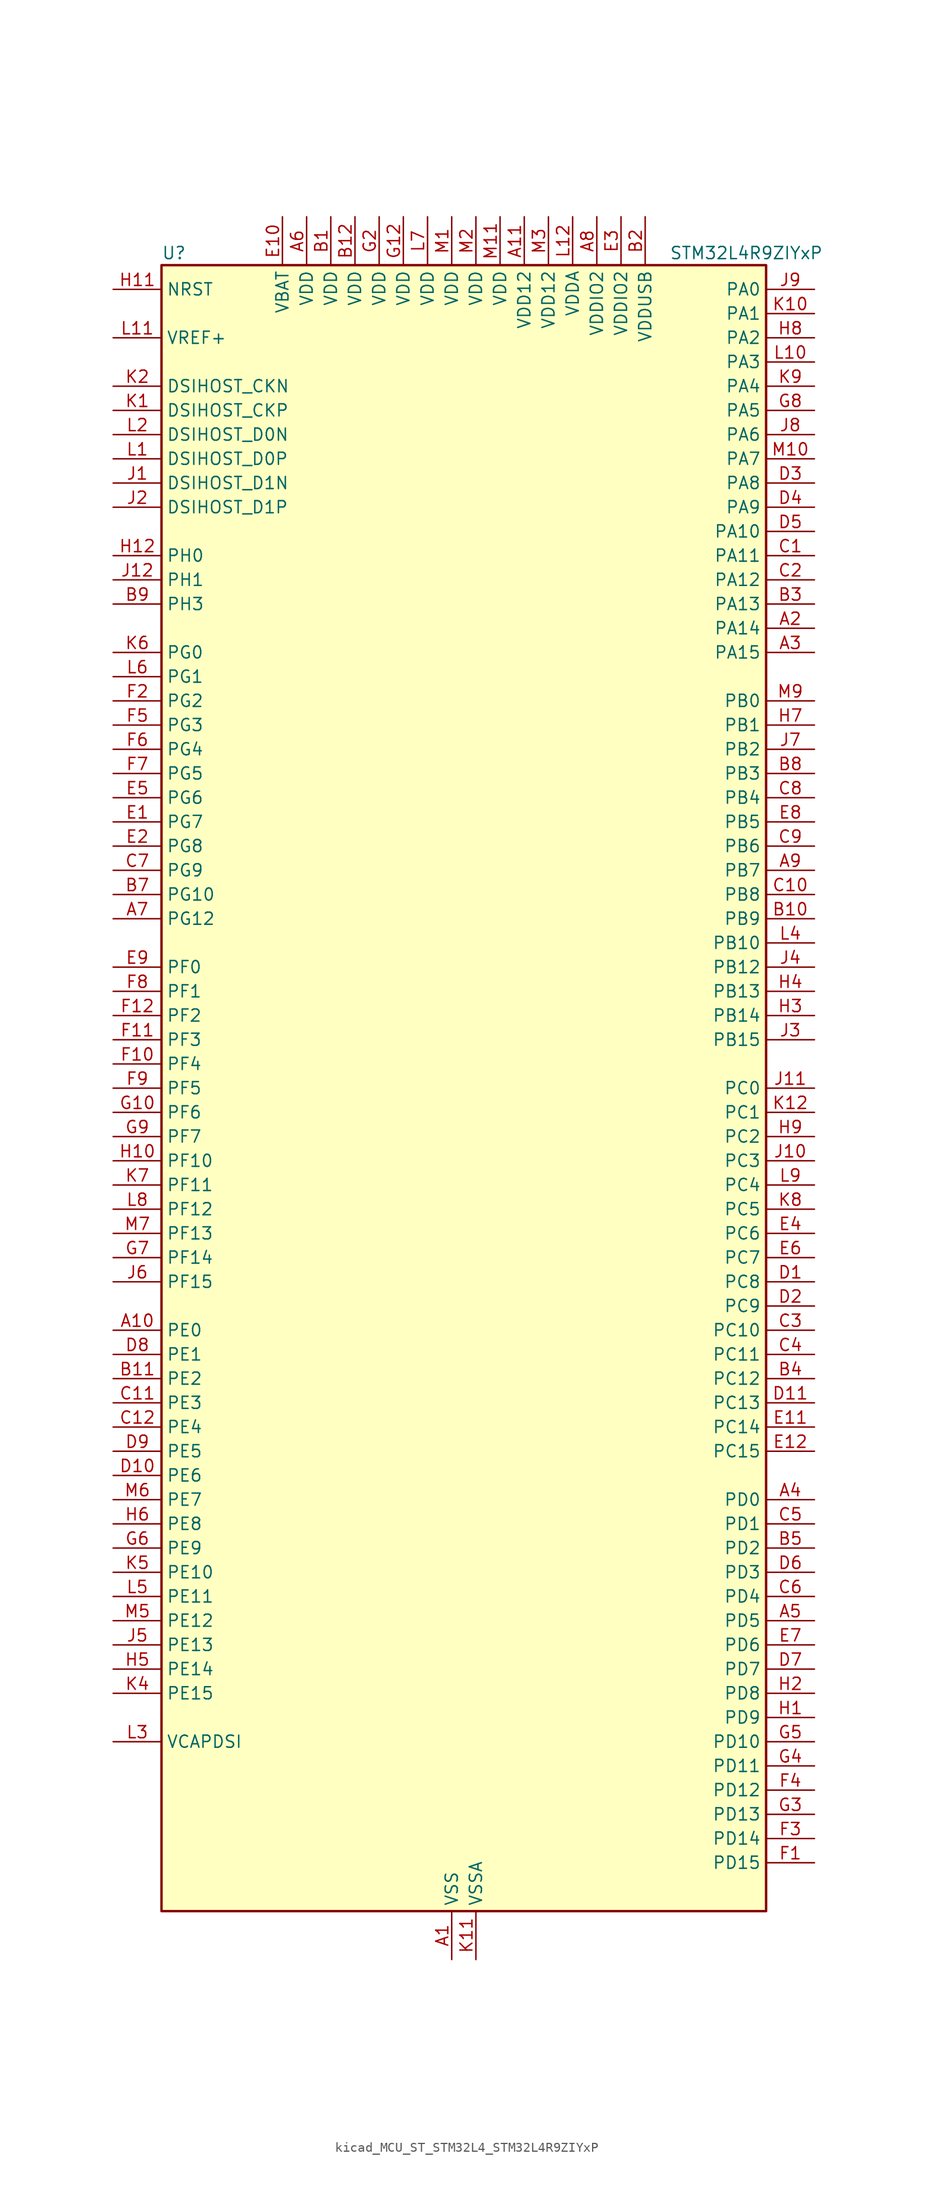
<source format=kicad_sym>
(kicad_symbol_lib
  (version 20220914)
  (generator kicad_symbol_editor)
  (symbol "kicad_MCU_ST_STM32L4_STM32L4R9ZIYxP"
    (property "Reference" "U"
      (at -30.48 87.63 0)
      (effects (font (size 1.27 1.27)) (justify left)))
    (property "Value" "STM32L4R9ZIYxP"
      (at 22.86 87.63 0)
      (effects (font (size 1.27 1.27)) (justify left)))
    (property "ki_locked" ""
      (at 0 0 0)
      (effects (font (size 1.27 1.27))))
    (symbol "kicad_MCU_ST_STM32L4_STM32L4R9ZIYxP_0_1"
      (rectangle (start -30.48 -86.36) (end 33.02 86.36) (stroke (width 0.254) (type default)) (fill (type background))))
    (symbol "kicad_MCU_ST_STM32L4_STM32L4R9ZIYxP_1_1"
      (pin power_in line (at 0 -91.44 90) (length 5.08) (name "VSS" (effects (font (size 1.27 1.27)))) (number "A1" (effects (font (size 1.27 1.27)))))
      (pin bidirectional line (at -35.56 -25.4 0) (length 5.08) (name "PE0" (effects (font (size 1.27 1.27)))) (number "A10" (effects (font (size 1.27 1.27)))) (alternate "DCMI_D2" bidirectional line) (alternate "FMC_NBL0" bidirectional line) (alternate "LTDC_HSYNC" bidirectional line) (alternate "TIM16_CH1" bidirectional line) (alternate "TIM4_ETR" bidirectional line))
      (pin power_in line (at 7.62 91.44 270) (length 5.08) (name "VDD12" (effects (font (size 1.27 1.27)))) (number "A11" (effects (font (size 1.27 1.27)))))
      (pin passive line (at 0 -91.44 90) (length 5.08) hide (name "VSS" (effects (font (size 1.27 1.27)))) (number "A12" (effects (font (size 1.27 1.27)))))
      (pin bidirectional line (at 38.1 48.26 180) (length 5.08) (name "PA14" (effects (font (size 1.27 1.27)))) (number "A2" (effects (font (size 1.27 1.27)))) (alternate "I2C1_SMBA" bidirectional line) (alternate "I2C4_SMBA" bidirectional line) (alternate "LPTIM1_OUT" bidirectional line) (alternate "SAI1_FS_B" bidirectional line) (alternate "SYS_JTCK-SWCLK" bidirectional line) (alternate "USB_OTG_FS_SOF" bidirectional line))
      (pin bidirectional line (at 38.1 45.72 180) (length 5.08) (name "PA15" (effects (font (size 1.27 1.27)))) (number "A3" (effects (font (size 1.27 1.27)))) (alternate "ADC1_EXTI15" bidirectional line) (alternate "SAI2_FS_B" bidirectional line) (alternate "SPI1_NSS" bidirectional line) (alternate "SPI3_NSS" bidirectional line) (alternate "SYS_JTDI" bidirectional line) (alternate "TIM2_CH1" bidirectional line) (alternate "TIM2_ETR" bidirectional line) (alternate "TSC_G3_IO1" bidirectional line) (alternate "UART4_DE" bidirectional line) (alternate "UART4_RTS" bidirectional line) (alternate "USART2_RX" bidirectional line) (alternate "USART3_DE" bidirectional line) (alternate "USART3_RTS" bidirectional line))
      (pin bidirectional line (at 38.1 -43.18 180) (length 5.08) (name "PD0" (effects (font (size 1.27 1.27)))) (number "A4" (effects (font (size 1.27 1.27)))) (alternate "CAN1_RX" bidirectional line) (alternate "DFSDM1_DATIN7" bidirectional line) (alternate "FMC_D2" bidirectional line) (alternate "FMC_DA2" bidirectional line) (alternate "LTDC_B4" bidirectional line) (alternate "SPI2_NSS" bidirectional line))
      (pin bidirectional line (at 38.1 -55.88 180) (length 5.08) (name "PD5" (effects (font (size 1.27 1.27)))) (number "A5" (effects (font (size 1.27 1.27)))) (alternate "FMC_NWE" bidirectional line) (alternate "OCTOSPIM_P1_IO5" bidirectional line) (alternate "USART2_TX" bidirectional line))
      (pin power_in line (at -15.24 91.44 270) (length 5.08) (name "VDD" (effects (font (size 1.27 1.27)))) (number "A6" (effects (font (size 1.27 1.27)))))
      (pin bidirectional line (at -35.56 17.78 0) (length 5.08) (name "PG12" (effects (font (size 1.27 1.27)))) (number "A7" (effects (font (size 1.27 1.27)))) (alternate "FMC_NE4" bidirectional line) (alternate "LPTIM1_ETR" bidirectional line) (alternate "OCTOSPIM_P2_NCS" bidirectional line) (alternate "SAI2_SD_A" bidirectional line) (alternate "SPI3_NSS" bidirectional line) (alternate "USART1_DE" bidirectional line) (alternate "USART1_RTS" bidirectional line))
      (pin power_in line (at 15.24 91.44 270) (length 5.08) (name "VDDIO2" (effects (font (size 1.27 1.27)))) (number "A8" (effects (font (size 1.27 1.27)))))
      (pin bidirectional line (at 38.1 22.86 180) (length 5.08) (name "PB7" (effects (font (size 1.27 1.27)))) (number "A9" (effects (font (size 1.27 1.27)))) (alternate "COMP2_INM" bidirectional line) (alternate "DCMI_VSYNC" bidirectional line) (alternate "DFSDM1_CKIN5" bidirectional line) (alternate "DSIHOST_TE" bidirectional line) (alternate "FMC_NL" bidirectional line) (alternate "I2C1_SDA" bidirectional line) (alternate "I2C4_SDA" bidirectional line) (alternate "LPTIM1_IN2" bidirectional line) (alternate "SYS_PVD_IN" bidirectional line) (alternate "TIM17_CH1N" bidirectional line) (alternate "TIM4_CH2" bidirectional line) (alternate "TIM8_BKIN" bidirectional line) (alternate "TSC_G2_IO4" bidirectional line) (alternate "UART4_CTS" bidirectional line) (alternate "USART1_RX" bidirectional line))
      (pin power_in line (at -12.7 91.44 270) (length 5.08) (name "VDD" (effects (font (size 1.27 1.27)))) (number "B1" (effects (font (size 1.27 1.27)))))
      (pin bidirectional line (at 38.1 17.78 180) (length 5.08) (name "PB9" (effects (font (size 1.27 1.27)))) (number "B10" (effects (font (size 1.27 1.27)))) (alternate "CAN1_TX" bidirectional line) (alternate "DAC1_EXTI9" bidirectional line) (alternate "DCMI_D7" bidirectional line) (alternate "DFSDM1_CKIN6" bidirectional line) (alternate "I2C1_SDA" bidirectional line) (alternate "IR_OUT" bidirectional line) (alternate "SAI1_D2" bidirectional line) (alternate "SAI1_FS_A" bidirectional line) (alternate "SDMMC1_CDIR" bidirectional line) (alternate "SDMMC1_D5" bidirectional line) (alternate "SPI2_NSS" bidirectional line) (alternate "TIM17_CH1" bidirectional line) (alternate "TIM4_CH4" bidirectional line))
      (pin bidirectional line (at -35.56 -30.48 0) (length 5.08) (name "PE2" (effects (font (size 1.27 1.27)))) (number "B11" (effects (font (size 1.27 1.27)))) (alternate "FMC_A23" bidirectional line) (alternate "LTDC_R0" bidirectional line) (alternate "SAI1_CK1" bidirectional line) (alternate "SAI1_MCLK_A" bidirectional line) (alternate "SYS_TRACECLK" bidirectional line) (alternate "TIM3_ETR" bidirectional line) (alternate "TSC_G7_IO1" bidirectional line))
      (pin power_in line (at -10.16 91.44 270) (length 5.08) (name "VDD" (effects (font (size 1.27 1.27)))) (number "B12" (effects (font (size 1.27 1.27)))))
      (pin power_in line (at 20.32 91.44 270) (length 5.08) (name "VDDUSB" (effects (font (size 1.27 1.27)))) (number "B2" (effects (font (size 1.27 1.27)))))
      (pin bidirectional line (at 38.1 50.8 180) (length 5.08) (name "PA13" (effects (font (size 1.27 1.27)))) (number "B3" (effects (font (size 1.27 1.27)))) (alternate "IR_OUT" bidirectional line) (alternate "SAI1_SD_B" bidirectional line) (alternate "SYS_JTMS-SWDIO" bidirectional line) (alternate "USB_OTG_FS_NOE" bidirectional line))
      (pin bidirectional line (at 38.1 -30.48 180) (length 5.08) (name "PC12" (effects (font (size 1.27 1.27)))) (number "B4" (effects (font (size 1.27 1.27)))) (alternate "DCMI_D9" bidirectional line) (alternate "SAI2_SD_B" bidirectional line) (alternate "SDMMC1_CK" bidirectional line) (alternate "SPI3_MOSI" bidirectional line) (alternate "SYS_TRACED3" bidirectional line) (alternate "TSC_G3_IO4" bidirectional line) (alternate "UART5_TX" bidirectional line) (alternate "USART3_CK" bidirectional line))
      (pin bidirectional line (at 38.1 -48.26 180) (length 5.08) (name "PD2" (effects (font (size 1.27 1.27)))) (number "B5" (effects (font (size 1.27 1.27)))) (alternate "DCMI_D11" bidirectional line) (alternate "SDMMC1_CMD" bidirectional line) (alternate "SYS_TRACED2" bidirectional line) (alternate "TIM3_ETR" bidirectional line) (alternate "TSC_SYNC" bidirectional line) (alternate "UART5_RX" bidirectional line) (alternate "USART3_DE" bidirectional line) (alternate "USART3_RTS" bidirectional line))
      (pin passive line (at 0 -91.44 90) (length 5.08) hide (name "VSS" (effects (font (size 1.27 1.27)))) (number "B6" (effects (font (size 1.27 1.27)))))
      (pin bidirectional line (at -35.56 20.32 0) (length 5.08) (name "PG10" (effects (font (size 1.27 1.27)))) (number "B7" (effects (font (size 1.27 1.27)))) (alternate "FMC_NE3" bidirectional line) (alternate "LPTIM1_IN1" bidirectional line) (alternate "OCTOSPIM_P2_IO7" bidirectional line) (alternate "SAI2_FS_A" bidirectional line) (alternate "SPI3_MISO" bidirectional line) (alternate "TIM15_CH1" bidirectional line) (alternate "USART1_RX" bidirectional line))
      (pin bidirectional line (at 38.1 33.02 180) (length 5.08) (name "PB3" (effects (font (size 1.27 1.27)))) (number "B8" (effects (font (size 1.27 1.27)))) (alternate "COMP2_INM" bidirectional line) (alternate "CRS_SYNC" bidirectional line) (alternate "SAI1_SCK_B" bidirectional line) (alternate "SPI1_SCK" bidirectional line) (alternate "SPI3_SCK" bidirectional line) (alternate "SYS_JTDO-SWO" bidirectional line) (alternate "TIM2_CH2" bidirectional line) (alternate "USART1_DE" bidirectional line) (alternate "USART1_RTS" bidirectional line))
      (pin bidirectional line (at -35.56 50.8 0) (length 5.08) (name "PH3" (effects (font (size 1.27 1.27)))) (number "B9" (effects (font (size 1.27 1.27)))))
      (pin bidirectional line (at 38.1 55.88 180) (length 5.08) (name "PA11" (effects (font (size 1.27 1.27)))) (number "C1" (effects (font (size 1.27 1.27)))) (alternate "ADC1_EXTI11" bidirectional line) (alternate "CAN1_RX" bidirectional line) (alternate "SPI1_MISO" bidirectional line) (alternate "TIM1_BKIN2" bidirectional line) (alternate "TIM1_CH4" bidirectional line) (alternate "USART1_CTS" bidirectional line) (alternate "USART1_NSS" bidirectional line) (alternate "USB_OTG_FS_DM" bidirectional line))
      (pin bidirectional line (at 38.1 20.32 180) (length 5.08) (name "PB8" (effects (font (size 1.27 1.27)))) (number "C10" (effects (font (size 1.27 1.27)))) (alternate "CAN1_RX" bidirectional line) (alternate "DCMI_D6" bidirectional line) (alternate "DFSDM1_CKOUT" bidirectional line) (alternate "DFSDM1_DATIN6" bidirectional line) (alternate "I2C1_SCL" bidirectional line) (alternate "LTDC_B1" bidirectional line) (alternate "SAI1_CK1" bidirectional line) (alternate "SAI1_MCLK_A" bidirectional line) (alternate "SDMMC1_CKIN" bidirectional line) (alternate "SDMMC1_D4" bidirectional line) (alternate "TIM16_CH1" bidirectional line) (alternate "TIM4_CH3" bidirectional line))
      (pin bidirectional line (at -35.56 -33.02 0) (length 5.08) (name "PE3" (effects (font (size 1.27 1.27)))) (number "C11" (effects (font (size 1.27 1.27)))) (alternate "FMC_A19" bidirectional line) (alternate "LTDC_R1" bidirectional line) (alternate "OCTOSPIM_P1_DQS" bidirectional line) (alternate "SAI1_SD_B" bidirectional line) (alternate "SYS_TRACED0" bidirectional line) (alternate "TIM3_CH1" bidirectional line) (alternate "TSC_G7_IO2" bidirectional line))
      (pin bidirectional line (at -35.56 -35.56 0) (length 5.08) (name "PE4" (effects (font (size 1.27 1.27)))) (number "C12" (effects (font (size 1.27 1.27)))) (alternate "DCMI_D4" bidirectional line) (alternate "DFSDM1_DATIN3" bidirectional line) (alternate "FMC_A20" bidirectional line) (alternate "LTDC_B0" bidirectional line) (alternate "SAI1_D2" bidirectional line) (alternate "SAI1_FS_A" bidirectional line) (alternate "SYS_TRACED1" bidirectional line) (alternate "TIM3_CH2" bidirectional line) (alternate "TSC_G7_IO3" bidirectional line))
      (pin bidirectional line (at 38.1 53.34 180) (length 5.08) (name "PA12" (effects (font (size 1.27 1.27)))) (number "C2" (effects (font (size 1.27 1.27)))) (alternate "CAN1_TX" bidirectional line) (alternate "SPI1_MOSI" bidirectional line) (alternate "TIM1_ETR" bidirectional line) (alternate "USART1_DE" bidirectional line) (alternate "USART1_RTS" bidirectional line) (alternate "USB_OTG_FS_DP" bidirectional line))
      (pin bidirectional line (at 38.1 -25.4 180) (length 5.08) (name "PC10" (effects (font (size 1.27 1.27)))) (number "C3" (effects (font (size 1.27 1.27)))) (alternate "DCMI_D8" bidirectional line) (alternate "SAI2_SCK_B" bidirectional line) (alternate "SDMMC1_D2" bidirectional line) (alternate "SPI3_SCK" bidirectional line) (alternate "SYS_TRACED1" bidirectional line) (alternate "TSC_G3_IO2" bidirectional line) (alternate "UART4_TX" bidirectional line) (alternate "USART3_TX" bidirectional line))
      (pin bidirectional line (at 38.1 -27.94 180) (length 5.08) (name "PC11" (effects (font (size 1.27 1.27)))) (number "C4" (effects (font (size 1.27 1.27)))) (alternate "ADC1_EXTI11" bidirectional line) (alternate "DCMI_D2" bidirectional line) (alternate "DCMI_D4" bidirectional line) (alternate "OCTOSPIM_P1_NCS" bidirectional line) (alternate "SAI2_MCLK_B" bidirectional line) (alternate "SDMMC1_D3" bidirectional line) (alternate "SPI3_MISO" bidirectional line) (alternate "TSC_G3_IO3" bidirectional line) (alternate "UART4_RX" bidirectional line) (alternate "USART3_RX" bidirectional line))
      (pin bidirectional line (at 38.1 -45.72 180) (length 5.08) (name "PD1" (effects (font (size 1.27 1.27)))) (number "C5" (effects (font (size 1.27 1.27)))) (alternate "CAN1_TX" bidirectional line) (alternate "DFSDM1_CKIN7" bidirectional line) (alternate "FMC_D3" bidirectional line) (alternate "FMC_DA3" bidirectional line) (alternate "LTDC_B5" bidirectional line) (alternate "SPI2_SCK" bidirectional line))
      (pin bidirectional line (at 38.1 -53.34 180) (length 5.08) (name "PD4" (effects (font (size 1.27 1.27)))) (number "C6" (effects (font (size 1.27 1.27)))) (alternate "DFSDM1_CKIN0" bidirectional line) (alternate "FMC_NOE" bidirectional line) (alternate "OCTOSPIM_P1_IO4" bidirectional line) (alternate "SPI2_MOSI" bidirectional line) (alternate "USART2_DE" bidirectional line) (alternate "USART2_RTS" bidirectional line))
      (pin bidirectional line (at -35.56 22.86 0) (length 5.08) (name "PG9" (effects (font (size 1.27 1.27)))) (number "C7" (effects (font (size 1.27 1.27)))) (alternate "DAC1_EXTI9" bidirectional line) (alternate "FMC_NCE" bidirectional line) (alternate "FMC_NE2" bidirectional line) (alternate "OCTOSPIM_P2_IO6" bidirectional line) (alternate "SAI2_SCK_A" bidirectional line) (alternate "SPI3_SCK" bidirectional line) (alternate "TIM15_CH1N" bidirectional line) (alternate "USART1_TX" bidirectional line))
      (pin bidirectional line (at 38.1 30.48 180) (length 5.08) (name "PB4" (effects (font (size 1.27 1.27)))) (number "C8" (effects (font (size 1.27 1.27)))) (alternate "COMP2_INP" bidirectional line) (alternate "DCMI_D12" bidirectional line) (alternate "I2C3_SDA" bidirectional line) (alternate "SAI1_MCLK_B" bidirectional line) (alternate "SPI1_MISO" bidirectional line) (alternate "SPI3_MISO" bidirectional line) (alternate "SYS_JTRST" bidirectional line) (alternate "TIM17_BKIN" bidirectional line) (alternate "TIM3_CH1" bidirectional line) (alternate "TSC_G2_IO1" bidirectional line) (alternate "UART5_DE" bidirectional line) (alternate "UART5_RTS" bidirectional line) (alternate "USART1_CTS" bidirectional line) (alternate "USART1_NSS" bidirectional line))
      (pin bidirectional line (at 38.1 25.4 180) (length 5.08) (name "PB6" (effects (font (size 1.27 1.27)))) (number "C9" (effects (font (size 1.27 1.27)))) (alternate "COMP2_INP" bidirectional line) (alternate "DCMI_D5" bidirectional line) (alternate "DFSDM1_DATIN5" bidirectional line) (alternate "I2C1_SCL" bidirectional line) (alternate "I2C4_SCL" bidirectional line) (alternate "LPTIM1_ETR" bidirectional line) (alternate "SAI1_FS_B" bidirectional line) (alternate "TIM16_CH1N" bidirectional line) (alternate "TIM4_CH1" bidirectional line) (alternate "TIM8_BKIN2" bidirectional line) (alternate "TSC_G2_IO3" bidirectional line) (alternate "USART1_TX" bidirectional line))
      (pin bidirectional line (at 38.1 -20.32 180) (length 5.08) (name "PC8" (effects (font (size 1.27 1.27)))) (number "D1" (effects (font (size 1.27 1.27)))) (alternate "DCMI_D2" bidirectional line) (alternate "SDMMC1_D0" bidirectional line) (alternate "TIM3_CH3" bidirectional line) (alternate "TIM8_CH3" bidirectional line) (alternate "TSC_G4_IO3" bidirectional line))
      (pin bidirectional line (at -35.56 -40.64 0) (length 5.08) (name "PE6" (effects (font (size 1.27 1.27)))) (number "D10" (effects (font (size 1.27 1.27)))) (alternate "DCMI_D7" bidirectional line) (alternate "FMC_A22" bidirectional line) (alternate "LTDC_G1" bidirectional line) (alternate "RTC_TAMP3" bidirectional line) (alternate "SAI1_D1" bidirectional line) (alternate "SAI1_SD_A" bidirectional line) (alternate "SYS_TRACED3" bidirectional line) (alternate "SYS_WKUP3" bidirectional line) (alternate "TIM3_CH4" bidirectional line))
      (pin bidirectional line (at 38.1 -33.02 180) (length 5.08) (name "PC13" (effects (font (size 1.27 1.27)))) (number "D11" (effects (font (size 1.27 1.27)))) (alternate "RTC_OUT_ALARM" bidirectional line) (alternate "RTC_OUT_CALIB" bidirectional line) (alternate "RTC_TAMP1" bidirectional line) (alternate "RTC_TS" bidirectional line) (alternate "SYS_WKUP2" bidirectional line))
      (pin passive line (at 0 -91.44 90) (length 5.08) hide (name "VSS" (effects (font (size 1.27 1.27)))) (number "D12" (effects (font (size 1.27 1.27)))))
      (pin bidirectional line (at 38.1 -22.86 180) (length 5.08) (name "PC9" (effects (font (size 1.27 1.27)))) (number "D2" (effects (font (size 1.27 1.27)))) (alternate "DAC1_EXTI9" bidirectional line) (alternate "DCMI_D3" bidirectional line) (alternate "I2C3_SDA" bidirectional line) (alternate "SAI2_EXTCLK" bidirectional line) (alternate "SDMMC1_D1" bidirectional line) (alternate "SYS_TRACED0" bidirectional line) (alternate "TIM3_CH4" bidirectional line) (alternate "TIM8_BKIN2" bidirectional line) (alternate "TIM8_CH4" bidirectional line) (alternate "TSC_G4_IO4" bidirectional line) (alternate "USB_OTG_FS_NOE" bidirectional line))
      (pin bidirectional line (at 38.1 63.5 180) (length 5.08) (name "PA8" (effects (font (size 1.27 1.27)))) (number "D3" (effects (font (size 1.27 1.27)))) (alternate "LPTIM2_OUT" bidirectional line) (alternate "RCC_MCO" bidirectional line) (alternate "SAI1_CK2" bidirectional line) (alternate "SAI1_SCK_A" bidirectional line) (alternate "TIM1_CH1" bidirectional line) (alternate "USART1_CK" bidirectional line) (alternate "USB_OTG_FS_SOF" bidirectional line))
      (pin bidirectional line (at 38.1 60.96 180) (length 5.08) (name "PA9" (effects (font (size 1.27 1.27)))) (number "D4" (effects (font (size 1.27 1.27)))) (alternate "DAC1_EXTI9" bidirectional line) (alternate "DCMI_D0" bidirectional line) (alternate "SAI1_FS_A" bidirectional line) (alternate "SPI2_SCK" bidirectional line) (alternate "TIM15_BKIN" bidirectional line) (alternate "TIM1_CH2" bidirectional line) (alternate "USART1_TX" bidirectional line) (alternate "USB_OTG_FS_VBUS" bidirectional line))
      (pin bidirectional line (at 38.1 58.42 180) (length 5.08) (name "PA10" (effects (font (size 1.27 1.27)))) (number "D5" (effects (font (size 1.27 1.27)))) (alternate "DCMI_D1" bidirectional line) (alternate "SAI1_D1" bidirectional line) (alternate "SAI1_SD_A" bidirectional line) (alternate "TIM17_BKIN" bidirectional line) (alternate "TIM1_CH3" bidirectional line) (alternate "USART1_RX" bidirectional line) (alternate "USB_OTG_FS_ID" bidirectional line))
      (pin bidirectional line (at 38.1 -50.8 180) (length 5.08) (name "PD3" (effects (font (size 1.27 1.27)))) (number "D6" (effects (font (size 1.27 1.27)))) (alternate "DCMI_D5" bidirectional line) (alternate "DFSDM1_DATIN0" bidirectional line) (alternate "FMC_CLK" bidirectional line) (alternate "LTDC_CLK" bidirectional line) (alternate "OCTOSPIM_P2_NCS" bidirectional line) (alternate "SPI2_MISO" bidirectional line) (alternate "SPI2_SCK" bidirectional line) (alternate "USART2_CTS" bidirectional line) (alternate "USART2_NSS" bidirectional line))
      (pin bidirectional line (at 38.1 -60.96 180) (length 5.08) (name "PD7" (effects (font (size 1.27 1.27)))) (number "D7" (effects (font (size 1.27 1.27)))) (alternate "DFSDM1_CKIN1" bidirectional line) (alternate "FMC_NCE" bidirectional line) (alternate "FMC_NE1" bidirectional line) (alternate "OCTOSPIM_P1_IO7" bidirectional line) (alternate "USART2_CK" bidirectional line))
      (pin bidirectional line (at -35.56 -27.94 0) (length 5.08) (name "PE1" (effects (font (size 1.27 1.27)))) (number "D8" (effects (font (size 1.27 1.27)))) (alternate "DCMI_D3" bidirectional line) (alternate "FMC_NBL1" bidirectional line) (alternate "LTDC_VSYNC" bidirectional line) (alternate "TIM17_CH1" bidirectional line))
      (pin bidirectional line (at -35.56 -38.1 0) (length 5.08) (name "PE5" (effects (font (size 1.27 1.27)))) (number "D9" (effects (font (size 1.27 1.27)))) (alternate "DCMI_D6" bidirectional line) (alternate "DFSDM1_CKIN3" bidirectional line) (alternate "FMC_A21" bidirectional line) (alternate "LTDC_G0" bidirectional line) (alternate "SAI1_CK2" bidirectional line) (alternate "SAI1_SCK_A" bidirectional line) (alternate "SYS_TRACED2" bidirectional line) (alternate "TIM3_CH3" bidirectional line) (alternate "TSC_G7_IO4" bidirectional line))
      (pin bidirectional line (at -35.56 27.94 0) (length 5.08) (name "PG7" (effects (font (size 1.27 1.27)))) (number "E1" (effects (font (size 1.27 1.27)))) (alternate "DFSDM1_CKOUT" bidirectional line) (alternate "FMC_INT" bidirectional line) (alternate "I2C3_SCL" bidirectional line) (alternate "LPUART1_TX" bidirectional line) (alternate "OCTOSPIM_P2_DQS" bidirectional line) (alternate "SAI1_CK1" bidirectional line) (alternate "SAI1_MCLK_A" bidirectional line))
      (pin power_in line (at -17.78 91.44 270) (length 5.08) (name "VBAT" (effects (font (size 1.27 1.27)))) (number "E10" (effects (font (size 1.27 1.27)))))
      (pin bidirectional line (at 38.1 -35.56 180) (length 5.08) (name "PC14" (effects (font (size 1.27 1.27)))) (number "E11" (effects (font (size 1.27 1.27)))) (alternate "RCC_OSC32_IN" bidirectional line))
      (pin bidirectional line (at 38.1 -38.1 180) (length 5.08) (name "PC15" (effects (font (size 1.27 1.27)))) (number "E12" (effects (font (size 1.27 1.27)))) (alternate "ADC1_EXTI15" bidirectional line) (alternate "RCC_OSC32_OUT" bidirectional line))
      (pin bidirectional line (at -35.56 25.4 0) (length 5.08) (name "PG8" (effects (font (size 1.27 1.27)))) (number "E2" (effects (font (size 1.27 1.27)))) (alternate "I2C3_SDA" bidirectional line) (alternate "LPUART1_RX" bidirectional line))
      (pin power_in line (at 17.78 91.44 270) (length 5.08) (name "VDDIO2" (effects (font (size 1.27 1.27)))) (number "E3" (effects (font (size 1.27 1.27)))))
      (pin bidirectional line (at 38.1 -15.24 180) (length 5.08) (name "PC6" (effects (font (size 1.27 1.27)))) (number "E4" (effects (font (size 1.27 1.27)))) (alternate "DCMI_D0" bidirectional line) (alternate "DFSDM1_CKIN3" bidirectional line) (alternate "LTDC_R0" bidirectional line) (alternate "SAI2_MCLK_A" bidirectional line) (alternate "SDMMC1_D0DIR" bidirectional line) (alternate "SDMMC1_D6" bidirectional line) (alternate "TIM3_CH1" bidirectional line) (alternate "TIM8_CH1" bidirectional line) (alternate "TSC_G4_IO1" bidirectional line))
      (pin bidirectional line (at -35.56 30.48 0) (length 5.08) (name "PG6" (effects (font (size 1.27 1.27)))) (number "E5" (effects (font (size 1.27 1.27)))) (alternate "DSIHOST_TE" bidirectional line) (alternate "I2C3_SMBA" bidirectional line) (alternate "LPUART1_DE" bidirectional line) (alternate "LPUART1_RTS" bidirectional line) (alternate "LTDC_R1" bidirectional line) (alternate "OCTOSPIM_P1_DQS" bidirectional line))
      (pin bidirectional line (at 38.1 -17.78 180) (length 5.08) (name "PC7" (effects (font (size 1.27 1.27)))) (number "E6" (effects (font (size 1.27 1.27)))) (alternate "DCMI_D1" bidirectional line) (alternate "DFSDM1_DATIN3" bidirectional line) (alternate "LTDC_R1" bidirectional line) (alternate "SAI2_MCLK_B" bidirectional line) (alternate "SDMMC1_D123DIR" bidirectional line) (alternate "SDMMC1_D7" bidirectional line) (alternate "TIM3_CH2" bidirectional line) (alternate "TIM8_CH2" bidirectional line) (alternate "TSC_G4_IO2" bidirectional line))
      (pin bidirectional line (at 38.1 -58.42 180) (length 5.08) (name "PD6" (effects (font (size 1.27 1.27)))) (number "E7" (effects (font (size 1.27 1.27)))) (alternate "DCMI_D10" bidirectional line) (alternate "DFSDM1_DATIN1" bidirectional line) (alternate "FMC_NWAIT" bidirectional line) (alternate "LTDC_DE" bidirectional line) (alternate "OCTOSPIM_P1_IO6" bidirectional line) (alternate "SAI1_D1" bidirectional line) (alternate "SAI1_SD_A" bidirectional line) (alternate "SPI3_MOSI" bidirectional line) (alternate "USART2_RX" bidirectional line))
      (pin bidirectional line (at 38.1 27.94 180) (length 5.08) (name "PB5" (effects (font (size 1.27 1.27)))) (number "E8" (effects (font (size 1.27 1.27)))) (alternate "COMP2_OUT" bidirectional line) (alternate "DCMI_D10" bidirectional line) (alternate "I2C1_SMBA" bidirectional line) (alternate "LPTIM1_IN1" bidirectional line) (alternate "SAI1_SD_B" bidirectional line) (alternate "SPI1_MOSI" bidirectional line) (alternate "SPI3_MOSI" bidirectional line) (alternate "TIM16_BKIN" bidirectional line) (alternate "TIM3_CH2" bidirectional line) (alternate "TSC_G2_IO2" bidirectional line) (alternate "UART5_CTS" bidirectional line) (alternate "USART1_CK" bidirectional line))
      (pin bidirectional line (at -35.56 12.7 0) (length 5.08) (name "PF0" (effects (font (size 1.27 1.27)))) (number "E9" (effects (font (size 1.27 1.27)))) (alternate "FMC_A0" bidirectional line) (alternate "I2C2_SDA" bidirectional line) (alternate "OCTOSPIM_P2_IO0" bidirectional line))
      (pin bidirectional line (at 38.1 -81.28 180) (length 5.08) (name "PD15" (effects (font (size 1.27 1.27)))) (number "F1" (effects (font (size 1.27 1.27)))) (alternate "ADC1_EXTI15" bidirectional line) (alternate "FMC_D1" bidirectional line) (alternate "FMC_DA1" bidirectional line) (alternate "LTDC_B3" bidirectional line) (alternate "TIM4_CH4" bidirectional line))
      (pin bidirectional line (at -35.56 2.54 0) (length 5.08) (name "PF4" (effects (font (size 1.27 1.27)))) (number "F10" (effects (font (size 1.27 1.27)))) (alternate "FMC_A4" bidirectional line) (alternate "OCTOSPIM_P2_CLK" bidirectional line))
      (pin bidirectional line (at -35.56 5.08 0) (length 5.08) (name "PF3" (effects (font (size 1.27 1.27)))) (number "F11" (effects (font (size 1.27 1.27)))) (alternate "FMC_A3" bidirectional line) (alternate "OCTOSPIM_P2_IO3" bidirectional line))
      (pin bidirectional line (at -35.56 7.62 0) (length 5.08) (name "PF2" (effects (font (size 1.27 1.27)))) (number "F12" (effects (font (size 1.27 1.27)))) (alternate "FMC_A2" bidirectional line) (alternate "I2C2_SMBA" bidirectional line) (alternate "OCTOSPIM_P2_IO2" bidirectional line))
      (pin bidirectional line (at -35.56 40.64 0) (length 5.08) (name "PG2" (effects (font (size 1.27 1.27)))) (number "F2" (effects (font (size 1.27 1.27)))) (alternate "FMC_A12" bidirectional line) (alternate "SAI2_SCK_B" bidirectional line) (alternate "SPI1_SCK" bidirectional line))
      (pin bidirectional line (at 38.1 -78.74 180) (length 5.08) (name "PD14" (effects (font (size 1.27 1.27)))) (number "F3" (effects (font (size 1.27 1.27)))) (alternate "FMC_D0" bidirectional line) (alternate "FMC_DA0" bidirectional line) (alternate "LTDC_B2" bidirectional line) (alternate "TIM4_CH3" bidirectional line))
      (pin bidirectional line (at 38.1 -73.66 180) (length 5.08) (name "PD12" (effects (font (size 1.27 1.27)))) (number "F4" (effects (font (size 1.27 1.27)))) (alternate "FMC_A17" bidirectional line) (alternate "FMC_ALE" bidirectional line) (alternate "I2C4_SCL" bidirectional line) (alternate "LPTIM2_IN1" bidirectional line) (alternate "LTDC_R7" bidirectional line) (alternate "SAI2_FS_A" bidirectional line) (alternate "TIM4_CH1" bidirectional line) (alternate "TSC_G6_IO3" bidirectional line) (alternate "USART3_DE" bidirectional line) (alternate "USART3_RTS" bidirectional line))
      (pin bidirectional line (at -35.56 38.1 0) (length 5.08) (name "PG3" (effects (font (size 1.27 1.27)))) (number "F5" (effects (font (size 1.27 1.27)))) (alternate "FMC_A13" bidirectional line) (alternate "SAI2_FS_B" bidirectional line) (alternate "SPI1_MISO" bidirectional line))
      (pin bidirectional line (at -35.56 35.56 0) (length 5.08) (name "PG4" (effects (font (size 1.27 1.27)))) (number "F6" (effects (font (size 1.27 1.27)))) (alternate "FMC_A14" bidirectional line) (alternate "SAI2_MCLK_B" bidirectional line) (alternate "SPI1_MOSI" bidirectional line))
      (pin bidirectional line (at -35.56 33.02 0) (length 5.08) (name "PG5" (effects (font (size 1.27 1.27)))) (number "F7" (effects (font (size 1.27 1.27)))) (alternate "FMC_A15" bidirectional line) (alternate "LPUART1_CTS" bidirectional line) (alternate "SAI2_SD_B" bidirectional line) (alternate "SPI1_NSS" bidirectional line))
      (pin bidirectional line (at -35.56 10.16 0) (length 5.08) (name "PF1" (effects (font (size 1.27 1.27)))) (number "F8" (effects (font (size 1.27 1.27)))) (alternate "FMC_A1" bidirectional line) (alternate "I2C2_SCL" bidirectional line) (alternate "OCTOSPIM_P2_IO1" bidirectional line))
      (pin bidirectional line (at -35.56 0 0) (length 5.08) (name "PF5" (effects (font (size 1.27 1.27)))) (number "F9" (effects (font (size 1.27 1.27)))) (alternate "FMC_A5" bidirectional line))
      (pin passive line (at 0 -91.44 90) (length 5.08) hide (name "VSS" (effects (font (size 1.27 1.27)))) (number "G1" (effects (font (size 1.27 1.27)))))
      (pin bidirectional line (at -35.56 -2.54 0) (length 5.08) (name "PF6" (effects (font (size 1.27 1.27)))) (number "G10" (effects (font (size 1.27 1.27)))) (alternate "OCTOSPIM_P1_IO3" bidirectional line) (alternate "SAI1_SD_B" bidirectional line) (alternate "TIM5_CH1" bidirectional line) (alternate "TIM5_ETR" bidirectional line))
      (pin passive line (at 0 -91.44 90) (length 5.08) hide (name "VSS" (effects (font (size 1.27 1.27)))) (number "G11" (effects (font (size 1.27 1.27)))))
      (pin power_in line (at -5.08 91.44 270) (length 5.08) (name "VDD" (effects (font (size 1.27 1.27)))) (number "G12" (effects (font (size 1.27 1.27)))))
      (pin power_in line (at -7.62 91.44 270) (length 5.08) (name "VDD" (effects (font (size 1.27 1.27)))) (number "G2" (effects (font (size 1.27 1.27)))))
      (pin bidirectional line (at 38.1 -76.2 180) (length 5.08) (name "PD13" (effects (font (size 1.27 1.27)))) (number "G3" (effects (font (size 1.27 1.27)))) (alternate "FMC_A18" bidirectional line) (alternate "I2C4_SDA" bidirectional line) (alternate "LPTIM2_OUT" bidirectional line) (alternate "TIM4_CH2" bidirectional line) (alternate "TSC_G6_IO4" bidirectional line))
      (pin bidirectional line (at 38.1 -71.12 180) (length 5.08) (name "PD11" (effects (font (size 1.27 1.27)))) (number "G4" (effects (font (size 1.27 1.27)))) (alternate "ADC1_EXTI11" bidirectional line) (alternate "FMC_A16" bidirectional line) (alternate "FMC_CLE" bidirectional line) (alternate "I2C4_SMBA" bidirectional line) (alternate "LPTIM2_ETR" bidirectional line) (alternate "LTDC_R6" bidirectional line) (alternate "SAI2_SD_A" bidirectional line) (alternate "TSC_G6_IO2" bidirectional line) (alternate "USART3_CTS" bidirectional line) (alternate "USART3_NSS" bidirectional line))
      (pin bidirectional line (at 38.1 -68.58 180) (length 5.08) (name "PD10" (effects (font (size 1.27 1.27)))) (number "G5" (effects (font (size 1.27 1.27)))) (alternate "FMC_D15" bidirectional line) (alternate "FMC_DA15" bidirectional line) (alternate "LTDC_R5" bidirectional line) (alternate "SAI2_SCK_A" bidirectional line) (alternate "TSC_G6_IO1" bidirectional line) (alternate "USART3_CK" bidirectional line))
      (pin bidirectional line (at -35.56 -48.26 0) (length 5.08) (name "PE9" (effects (font (size 1.27 1.27)))) (number "G6" (effects (font (size 1.27 1.27)))) (alternate "DAC1_EXTI9" bidirectional line) (alternate "DFSDM1_CKOUT" bidirectional line) (alternate "FMC_D6" bidirectional line) (alternate "FMC_DA6" bidirectional line) (alternate "LTDC_G2" bidirectional line) (alternate "SAI1_FS_B" bidirectional line) (alternate "TIM1_CH1" bidirectional line))
      (pin bidirectional line (at -35.56 -17.78 0) (length 5.08) (name "PF14" (effects (font (size 1.27 1.27)))) (number "G7" (effects (font (size 1.27 1.27)))) (alternate "DFSDM1_CKIN6" bidirectional line) (alternate "FMC_A8" bidirectional line) (alternate "I2C4_SCL" bidirectional line) (alternate "LTDC_G0" bidirectional line) (alternate "TSC_G8_IO1" bidirectional line))
      (pin bidirectional line (at 38.1 71.12 180) (length 5.08) (name "PA5" (effects (font (size 1.27 1.27)))) (number "G8" (effects (font (size 1.27 1.27)))) (alternate "ADC1_IN10" bidirectional line) (alternate "DAC1_OUT2" bidirectional line) (alternate "LPTIM2_ETR" bidirectional line) (alternate "SPI1_SCK" bidirectional line) (alternate "TIM2_CH1" bidirectional line) (alternate "TIM2_ETR" bidirectional line) (alternate "TIM8_CH1N" bidirectional line))
      (pin bidirectional line (at -35.56 -5.08 0) (length 5.08) (name "PF7" (effects (font (size 1.27 1.27)))) (number "G9" (effects (font (size 1.27 1.27)))) (alternate "OCTOSPIM_P1_IO2" bidirectional line) (alternate "SAI1_MCLK_B" bidirectional line) (alternate "TIM5_CH2" bidirectional line))
      (pin bidirectional line (at 38.1 -66.04 180) (length 5.08) (name "PD9" (effects (font (size 1.27 1.27)))) (number "H1" (effects (font (size 1.27 1.27)))) (alternate "DAC1_EXTI9" bidirectional line) (alternate "DCMI_PIXCLK" bidirectional line) (alternate "FMC_D14" bidirectional line) (alternate "FMC_DA14" bidirectional line) (alternate "LTDC_R4" bidirectional line) (alternate "SAI2_MCLK_A" bidirectional line) (alternate "USART3_RX" bidirectional line))
      (pin bidirectional line (at -35.56 -7.62 0) (length 5.08) (name "PF10" (effects (font (size 1.27 1.27)))) (number "H10" (effects (font (size 1.27 1.27)))) (alternate "DCMI_D11" bidirectional line) (alternate "DFSDM1_CKOUT" bidirectional line) (alternate "OCTOSPIM_P1_CLK" bidirectional line) (alternate "SAI1_D3" bidirectional line) (alternate "TIM15_CH2" bidirectional line))
      (pin input line (at -35.56 83.82 0) (length 5.08) (name "NRST" (effects (font (size 1.27 1.27)))) (number "H11" (effects (font (size 1.27 1.27)))))
      (pin bidirectional line (at -35.56 55.88 0) (length 5.08) (name "PH0" (effects (font (size 1.27 1.27)))) (number "H12" (effects (font (size 1.27 1.27)))) (alternate "RCC_OSC_IN" bidirectional line))
      (pin bidirectional line (at 38.1 -63.5 180) (length 5.08) (name "PD8" (effects (font (size 1.27 1.27)))) (number "H2" (effects (font (size 1.27 1.27)))) (alternate "DCMI_HSYNC" bidirectional line) (alternate "FMC_D13" bidirectional line) (alternate "FMC_DA13" bidirectional line) (alternate "LTDC_R3" bidirectional line) (alternate "USART3_TX" bidirectional line))
      (pin bidirectional line (at 38.1 7.62 180) (length 5.08) (name "PB14" (effects (font (size 1.27 1.27)))) (number "H3" (effects (font (size 1.27 1.27)))) (alternate "DFSDM1_DATIN2" bidirectional line) (alternate "I2C2_SDA" bidirectional line) (alternate "SAI2_MCLK_A" bidirectional line) (alternate "SPI2_MISO" bidirectional line) (alternate "TIM15_CH1" bidirectional line) (alternate "TIM1_CH2N" bidirectional line) (alternate "TIM8_CH2N" bidirectional line) (alternate "TSC_G1_IO3" bidirectional line) (alternate "USART3_DE" bidirectional line) (alternate "USART3_RTS" bidirectional line))
      (pin bidirectional line (at 38.1 10.16 180) (length 5.08) (name "PB13" (effects (font (size 1.27 1.27)))) (number "H4" (effects (font (size 1.27 1.27)))) (alternate "DFSDM1_CKIN1" bidirectional line) (alternate "I2C2_SCL" bidirectional line) (alternate "LPUART1_CTS" bidirectional line) (alternate "SAI2_SCK_A" bidirectional line) (alternate "SPI2_SCK" bidirectional line) (alternate "TIM15_CH1N" bidirectional line) (alternate "TIM1_CH1N" bidirectional line) (alternate "TSC_G1_IO2" bidirectional line) (alternate "USART3_CTS" bidirectional line) (alternate "USART3_NSS" bidirectional line))
      (pin bidirectional line (at -35.56 -60.96 0) (length 5.08) (name "PE14" (effects (font (size 1.27 1.27)))) (number "H5" (effects (font (size 1.27 1.27)))) (alternate "FMC_D11" bidirectional line) (alternate "FMC_DA11" bidirectional line) (alternate "LTDC_G7" bidirectional line) (alternate "OCTOSPIM_P1_IO2" bidirectional line) (alternate "SPI1_MISO" bidirectional line) (alternate "TIM1_BKIN2" bidirectional line) (alternate "TIM1_CH4" bidirectional line))
      (pin bidirectional line (at -35.56 -45.72 0) (length 5.08) (name "PE8" (effects (font (size 1.27 1.27)))) (number "H6" (effects (font (size 1.27 1.27)))) (alternate "DFSDM1_CKIN2" bidirectional line) (alternate "FMC_D5" bidirectional line) (alternate "FMC_DA5" bidirectional line) (alternate "LTDC_B7" bidirectional line) (alternate "SAI1_SCK_B" bidirectional line) (alternate "TIM1_CH1N" bidirectional line))
      (pin bidirectional line (at 38.1 38.1 180) (length 5.08) (name "PB1" (effects (font (size 1.27 1.27)))) (number "H7" (effects (font (size 1.27 1.27)))) (alternate "ADC1_IN16" bidirectional line) (alternate "COMP1_INM" bidirectional line) (alternate "DFSDM1_DATIN0" bidirectional line) (alternate "LPTIM2_IN1" bidirectional line) (alternate "LPUART1_DE" bidirectional line) (alternate "LPUART1_RTS" bidirectional line) (alternate "OCTOSPIM_P1_IO0" bidirectional line) (alternate "TIM1_CH3N" bidirectional line) (alternate "TIM3_CH4" bidirectional line) (alternate "TIM8_CH3N" bidirectional line) (alternate "USART3_DE" bidirectional line) (alternate "USART3_RTS" bidirectional line))
      (pin bidirectional line (at 38.1 78.74 180) (length 5.08) (name "PA2" (effects (font (size 1.27 1.27)))) (number "H8" (effects (font (size 1.27 1.27)))) (alternate "ADC1_IN7" bidirectional line) (alternate "LPUART1_TX" bidirectional line) (alternate "OCTOSPIM_P1_NCS" bidirectional line) (alternate "RCC_LSCO" bidirectional line) (alternate "SAI2_EXTCLK" bidirectional line) (alternate "SYS_WKUP4" bidirectional line) (alternate "TIM15_CH1" bidirectional line) (alternate "TIM2_CH3" bidirectional line) (alternate "TIM5_CH3" bidirectional line) (alternate "USART2_TX" bidirectional line))
      (pin bidirectional line (at 38.1 -5.08 180) (length 5.08) (name "PC2" (effects (font (size 1.27 1.27)))) (number "H9" (effects (font (size 1.27 1.27)))) (alternate "ADC1_IN3" bidirectional line) (alternate "DFSDM1_CKOUT" bidirectional line) (alternate "LPTIM1_IN2" bidirectional line) (alternate "OCTOSPIM_P1_IO5" bidirectional line) (alternate "SPI2_MISO" bidirectional line))
      (pin bidirectional line (at -35.56 63.5 0) (length 5.08) (name "DSIHOST_D1N" (effects (font (size 1.27 1.27)))) (number "J1" (effects (font (size 1.27 1.27)))) (alternate "DSIHOST_D1N" bidirectional line))
      (pin bidirectional line (at 38.1 -7.62 180) (length 5.08) (name "PC3" (effects (font (size 1.27 1.27)))) (number "J10" (effects (font (size 1.27 1.27)))) (alternate "ADC1_IN4" bidirectional line) (alternate "LPTIM1_ETR" bidirectional line) (alternate "LPTIM2_ETR" bidirectional line) (alternate "OCTOSPIM_P1_IO6" bidirectional line) (alternate "SAI1_D1" bidirectional line) (alternate "SAI1_SD_A" bidirectional line) (alternate "SPI2_MOSI" bidirectional line))
      (pin bidirectional line (at 38.1 0 180) (length 5.08) (name "PC0" (effects (font (size 1.27 1.27)))) (number "J11" (effects (font (size 1.27 1.27)))) (alternate "ADC1_IN1" bidirectional line) (alternate "DFSDM1_DATIN4" bidirectional line) (alternate "I2C3_SCL" bidirectional line) (alternate "LPTIM1_IN1" bidirectional line) (alternate "LPTIM2_IN1" bidirectional line) (alternate "LPUART1_RX" bidirectional line) (alternate "SAI2_FS_A" bidirectional line))
      (pin bidirectional line (at -35.56 53.34 0) (length 5.08) (name "PH1" (effects (font (size 1.27 1.27)))) (number "J12" (effects (font (size 1.27 1.27)))) (alternate "RCC_OSC_OUT" bidirectional line))
      (pin bidirectional line (at -35.56 60.96 0) (length 5.08) (name "DSIHOST_D1P" (effects (font (size 1.27 1.27)))) (number "J2" (effects (font (size 1.27 1.27)))) (alternate "DSIHOST_D1P" bidirectional line))
      (pin bidirectional line (at 38.1 5.08 180) (length 5.08) (name "PB15" (effects (font (size 1.27 1.27)))) (number "J3" (effects (font (size 1.27 1.27)))) (alternate "ADC1_EXTI15" bidirectional line) (alternate "DFSDM1_CKIN2" bidirectional line) (alternate "RTC_REFIN" bidirectional line) (alternate "SAI2_SD_A" bidirectional line) (alternate "SPI2_MOSI" bidirectional line) (alternate "TIM15_CH2" bidirectional line) (alternate "TIM1_CH3N" bidirectional line) (alternate "TIM8_CH3N" bidirectional line) (alternate "TSC_G1_IO4" bidirectional line))
      (pin bidirectional line (at 38.1 12.7 180) (length 5.08) (name "PB12" (effects (font (size 1.27 1.27)))) (number "J4" (effects (font (size 1.27 1.27)))) (alternate "DFSDM1_DATIN1" bidirectional line) (alternate "I2C2_SMBA" bidirectional line) (alternate "LPUART1_DE" bidirectional line) (alternate "LPUART1_RTS" bidirectional line) (alternate "SAI2_FS_A" bidirectional line) (alternate "SPI2_NSS" bidirectional line) (alternate "TIM15_BKIN" bidirectional line) (alternate "TIM1_BKIN" bidirectional line) (alternate "TSC_G1_IO1" bidirectional line) (alternate "USART3_CK" bidirectional line))
      (pin bidirectional line (at -35.56 -58.42 0) (length 5.08) (name "PE13" (effects (font (size 1.27 1.27)))) (number "J5" (effects (font (size 1.27 1.27)))) (alternate "DFSDM1_CKIN5" bidirectional line) (alternate "FMC_D10" bidirectional line) (alternate "FMC_DA10" bidirectional line) (alternate "LTDC_G6" bidirectional line) (alternate "OCTOSPIM_P1_IO1" bidirectional line) (alternate "SPI1_SCK" bidirectional line) (alternate "TIM1_CH3" bidirectional line) (alternate "TSC_G5_IO4" bidirectional line))
      (pin bidirectional line (at -35.56 -20.32 0) (length 5.08) (name "PF15" (effects (font (size 1.27 1.27)))) (number "J6" (effects (font (size 1.27 1.27)))) (alternate "ADC1_EXTI15" bidirectional line) (alternate "FMC_A9" bidirectional line) (alternate "I2C4_SDA" bidirectional line) (alternate "LTDC_G1" bidirectional line) (alternate "TSC_G8_IO2" bidirectional line))
      (pin bidirectional line (at 38.1 35.56 180) (length 5.08) (name "PB2" (effects (font (size 1.27 1.27)))) (number "J7" (effects (font (size 1.27 1.27)))) (alternate "COMP1_INP" bidirectional line) (alternate "DFSDM1_CKIN0" bidirectional line) (alternate "I2C3_SMBA" bidirectional line) (alternate "LPTIM1_OUT" bidirectional line) (alternate "LTDC_B1" bidirectional line) (alternate "OCTOSPIM_P1_DQS" bidirectional line) (alternate "RTC_OUT_ALARM" bidirectional line) (alternate "RTC_OUT_CALIB" bidirectional line))
      (pin bidirectional line (at 38.1 68.58 180) (length 5.08) (name "PA6" (effects (font (size 1.27 1.27)))) (number "J8" (effects (font (size 1.27 1.27)))) (alternate "ADC1_IN11" bidirectional line) (alternate "DCMI_PIXCLK" bidirectional line) (alternate "LPUART1_CTS" bidirectional line) (alternate "OCTOSPIM_P1_IO3" bidirectional line) (alternate "OPAMP2_VINP" bidirectional line) (alternate "SPI1_MISO" bidirectional line) (alternate "TIM16_CH1" bidirectional line) (alternate "TIM1_BKIN" bidirectional line) (alternate "TIM3_CH1" bidirectional line) (alternate "TIM8_BKIN" bidirectional line) (alternate "USART3_CTS" bidirectional line) (alternate "USART3_NSS" bidirectional line))
      (pin bidirectional line (at 38.1 83.82 180) (length 5.08) (name "PA0" (effects (font (size 1.27 1.27)))) (number "J9" (effects (font (size 1.27 1.27)))) (alternate "ADC1_IN5" bidirectional line) (alternate "OPAMP1_VINP" bidirectional line) (alternate "RTC_TAMP2" bidirectional line) (alternate "SAI1_EXTCLK" bidirectional line) (alternate "SYS_WKUP1" bidirectional line) (alternate "TIM2_CH1" bidirectional line) (alternate "TIM2_ETR" bidirectional line) (alternate "TIM5_CH1" bidirectional line) (alternate "TIM8_ETR" bidirectional line) (alternate "UART4_TX" bidirectional line) (alternate "USART2_CTS" bidirectional line) (alternate "USART2_NSS" bidirectional line))
      (pin bidirectional line (at -35.56 71.12 0) (length 5.08) (name "DSIHOST_CKP" (effects (font (size 1.27 1.27)))) (number "K1" (effects (font (size 1.27 1.27)))) (alternate "DSIHOST_CKP" bidirectional line))
      (pin bidirectional line (at 38.1 81.28 180) (length 5.08) (name "PA1" (effects (font (size 1.27 1.27)))) (number "K10" (effects (font (size 1.27 1.27)))) (alternate "ADC1_IN6" bidirectional line) (alternate "I2C1_SMBA" bidirectional line) (alternate "OCTOSPIM_P1_DQS" bidirectional line) (alternate "OPAMP1_VINM" bidirectional line) (alternate "SPI1_SCK" bidirectional line) (alternate "TIM15_CH1N" bidirectional line) (alternate "TIM2_CH2" bidirectional line) (alternate "TIM5_CH2" bidirectional line) (alternate "UART4_RX" bidirectional line) (alternate "USART2_DE" bidirectional line) (alternate "USART2_RTS" bidirectional line))
      (pin power_in line (at 2.54 -91.44 90) (length 5.08) (name "VSSA" (effects (font (size 1.27 1.27)))) (number "K11" (effects (font (size 1.27 1.27)))))
      (pin bidirectional line (at 38.1 -2.54 180) (length 5.08) (name "PC1" (effects (font (size 1.27 1.27)))) (number "K12" (effects (font (size 1.27 1.27)))) (alternate "ADC1_IN2" bidirectional line) (alternate "DFSDM1_CKIN4" bidirectional line) (alternate "I2C3_SDA" bidirectional line) (alternate "LPTIM1_OUT" bidirectional line) (alternate "LPUART1_TX" bidirectional line) (alternate "OCTOSPIM_P1_IO4" bidirectional line) (alternate "SAI1_SD_A" bidirectional line) (alternate "SPI2_MOSI" bidirectional line) (alternate "SYS_TRACED0" bidirectional line))
      (pin bidirectional line (at -35.56 73.66 0) (length 5.08) (name "DSIHOST_CKN" (effects (font (size 1.27 1.27)))) (number "K2" (effects (font (size 1.27 1.27)))) (alternate "DSIHOST_CKN" bidirectional line))
      (pin passive line (at 0 -91.44 90) (length 5.08) hide (name "VSS" (effects (font (size 1.27 1.27)))) (number "K3" (effects (font (size 1.27 1.27)))))
      (pin bidirectional line (at -35.56 -63.5 0) (length 5.08) (name "PE15" (effects (font (size 1.27 1.27)))) (number "K4" (effects (font (size 1.27 1.27)))) (alternate "ADC1_EXTI15" bidirectional line) (alternate "FMC_D12" bidirectional line) (alternate "FMC_DA12" bidirectional line) (alternate "LTDC_R2" bidirectional line) (alternate "OCTOSPIM_P1_IO3" bidirectional line) (alternate "SPI1_MOSI" bidirectional line) (alternate "TIM1_BKIN" bidirectional line))
      (pin bidirectional line (at -35.56 -50.8 0) (length 5.08) (name "PE10" (effects (font (size 1.27 1.27)))) (number "K5" (effects (font (size 1.27 1.27)))) (alternate "DFSDM1_DATIN4" bidirectional line) (alternate "FMC_D7" bidirectional line) (alternate "FMC_DA7" bidirectional line) (alternate "LTDC_G3" bidirectional line) (alternate "OCTOSPIM_P1_CLK" bidirectional line) (alternate "SAI1_MCLK_B" bidirectional line) (alternate "TIM1_CH2N" bidirectional line) (alternate "TSC_G5_IO1" bidirectional line))
      (pin bidirectional line (at -35.56 45.72 0) (length 5.08) (name "PG0" (effects (font (size 1.27 1.27)))) (number "K6" (effects (font (size 1.27 1.27)))) (alternate "FMC_A10" bidirectional line) (alternate "OCTOSPIM_P2_IO4" bidirectional line) (alternate "TSC_G8_IO3" bidirectional line))
      (pin bidirectional line (at -35.56 -10.16 0) (length 5.08) (name "PF11" (effects (font (size 1.27 1.27)))) (number "K7" (effects (font (size 1.27 1.27)))) (alternate "ADC1_EXTI11" bidirectional line) (alternate "DCMI_D12" bidirectional line) (alternate "DSIHOST_TE" bidirectional line) (alternate "LTDC_DE" bidirectional line))
      (pin bidirectional line (at 38.1 -12.7 180) (length 5.08) (name "PC5" (effects (font (size 1.27 1.27)))) (number "K8" (effects (font (size 1.27 1.27)))) (alternate "ADC1_IN14" bidirectional line) (alternate "COMP1_INP" bidirectional line) (alternate "SAI1_D3" bidirectional line) (alternate "SYS_WKUP5" bidirectional line) (alternate "USART3_RX" bidirectional line))
      (pin bidirectional line (at 38.1 73.66 180) (length 5.08) (name "PA4" (effects (font (size 1.27 1.27)))) (number "K9" (effects (font (size 1.27 1.27)))) (alternate "ADC1_IN9" bidirectional line) (alternate "DAC1_OUT1" bidirectional line) (alternate "DCMI_HSYNC" bidirectional line) (alternate "LPTIM2_OUT" bidirectional line) (alternate "OCTOSPIM_P1_NCS" bidirectional line) (alternate "SAI1_FS_B" bidirectional line) (alternate "SPI1_NSS" bidirectional line) (alternate "SPI3_NSS" bidirectional line) (alternate "USART2_CK" bidirectional line))
      (pin bidirectional line (at -35.56 66.04 0) (length 5.08) (name "DSIHOST_D0P" (effects (font (size 1.27 1.27)))) (number "L1" (effects (font (size 1.27 1.27)))) (alternate "DSIHOST_D0P" bidirectional line))
      (pin bidirectional line (at 38.1 76.2 180) (length 5.08) (name "PA3" (effects (font (size 1.27 1.27)))) (number "L10" (effects (font (size 1.27 1.27)))) (alternate "ADC1_IN8" bidirectional line) (alternate "LPUART1_RX" bidirectional line) (alternate "OCTOSPIM_P1_CLK" bidirectional line) (alternate "OPAMP1_VOUT" bidirectional line) (alternate "SAI1_CK1" bidirectional line) (alternate "SAI1_MCLK_A" bidirectional line) (alternate "TIM15_CH2" bidirectional line) (alternate "TIM2_CH4" bidirectional line) (alternate "TIM5_CH4" bidirectional line) (alternate "USART2_RX" bidirectional line))
      (pin input line (at -35.56 78.74 0) (length 5.08) (name "VREF+" (effects (font (size 1.27 1.27)))) (number "L11" (effects (font (size 1.27 1.27)))) (alternate "VREFBUF_OUT" bidirectional line))
      (pin power_in line (at 12.7 91.44 270) (length 5.08) (name "VDDA" (effects (font (size 1.27 1.27)))) (number "L12" (effects (font (size 1.27 1.27)))))
      (pin bidirectional line (at -35.56 68.58 0) (length 5.08) (name "DSIHOST_D0N" (effects (font (size 1.27 1.27)))) (number "L2" (effects (font (size 1.27 1.27)))) (alternate "DSIHOST_D0N" bidirectional line))
      (pin power_out line (at -35.56 -68.58 0) (length 5.08) (name "VCAPDSI" (effects (font (size 1.27 1.27)))) (number "L3" (effects (font (size 1.27 1.27)))))
      (pin bidirectional line (at 38.1 15.24 180) (length 5.08) (name "PB10" (effects (font (size 1.27 1.27)))) (number "L4" (effects (font (size 1.27 1.27)))) (alternate "COMP1_OUT" bidirectional line) (alternate "DFSDM1_DATIN7" bidirectional line) (alternate "I2C2_SCL" bidirectional line) (alternate "I2C4_SCL" bidirectional line) (alternate "LPUART1_RX" bidirectional line) (alternate "OCTOSPIM_P1_CLK" bidirectional line) (alternate "SAI1_SCK_A" bidirectional line) (alternate "SPI2_SCK" bidirectional line) (alternate "TIM2_CH3" bidirectional line) (alternate "TSC_SYNC" bidirectional line) (alternate "USART3_TX" bidirectional line))
      (pin bidirectional line (at -35.56 -53.34 0) (length 5.08) (name "PE11" (effects (font (size 1.27 1.27)))) (number "L5" (effects (font (size 1.27 1.27)))) (alternate "ADC1_EXTI11" bidirectional line) (alternate "DFSDM1_CKIN4" bidirectional line) (alternate "FMC_D8" bidirectional line) (alternate "FMC_DA8" bidirectional line) (alternate "LTDC_G4" bidirectional line) (alternate "OCTOSPIM_P1_NCS" bidirectional line) (alternate "TIM1_CH2" bidirectional line) (alternate "TSC_G5_IO2" bidirectional line))
      (pin bidirectional line (at -35.56 43.18 0) (length 5.08) (name "PG1" (effects (font (size 1.27 1.27)))) (number "L6" (effects (font (size 1.27 1.27)))) (alternate "FMC_A11" bidirectional line) (alternate "OCTOSPIM_P2_IO5" bidirectional line) (alternate "TSC_G8_IO4" bidirectional line))
      (pin power_in line (at -2.54 91.44 270) (length 5.08) (name "VDD" (effects (font (size 1.27 1.27)))) (number "L7" (effects (font (size 1.27 1.27)))))
      (pin bidirectional line (at -35.56 -12.7 0) (length 5.08) (name "PF12" (effects (font (size 1.27 1.27)))) (number "L8" (effects (font (size 1.27 1.27)))) (alternate "FMC_A6" bidirectional line) (alternate "LTDC_B0" bidirectional line) (alternate "OCTOSPIM_P2_DQS" bidirectional line))
      (pin bidirectional line (at 38.1 -10.16 180) (length 5.08) (name "PC4" (effects (font (size 1.27 1.27)))) (number "L9" (effects (font (size 1.27 1.27)))) (alternate "ADC1_IN13" bidirectional line) (alternate "COMP1_INM" bidirectional line) (alternate "OCTOSPIM_P1_IO7" bidirectional line) (alternate "USART3_TX" bidirectional line))
      (pin power_in line (at 0 91.44 270) (length 5.08) (name "VDD" (effects (font (size 1.27 1.27)))) (number "M1" (effects (font (size 1.27 1.27)))))
      (pin bidirectional line (at 38.1 66.04 180) (length 5.08) (name "PA7" (effects (font (size 1.27 1.27)))) (number "M10" (effects (font (size 1.27 1.27)))) (alternate "ADC1_IN12" bidirectional line) (alternate "I2C3_SCL" bidirectional line) (alternate "OCTOSPIM_P1_IO2" bidirectional line) (alternate "OPAMP2_VINM" bidirectional line) (alternate "SPI1_MOSI" bidirectional line) (alternate "TIM17_CH1" bidirectional line) (alternate "TIM1_CH1N" bidirectional line) (alternate "TIM3_CH2" bidirectional line) (alternate "TIM8_CH1N" bidirectional line))
      (pin power_in line (at 5.08 91.44 270) (length 5.08) (name "VDD" (effects (font (size 1.27 1.27)))) (number "M11" (effects (font (size 1.27 1.27)))))
      (pin passive line (at 0 -91.44 90) (length 5.08) hide (name "VSS" (effects (font (size 1.27 1.27)))) (number "M12" (effects (font (size 1.27 1.27)))))
      (pin power_in line (at 2.54 91.44 270) (length 5.08) (name "VDD" (effects (font (size 1.27 1.27)))) (number "M2" (effects (font (size 1.27 1.27)))))
      (pin power_in line (at 10.16 91.44 270) (length 5.08) (name "VDD12" (effects (font (size 1.27 1.27)))) (number "M3" (effects (font (size 1.27 1.27)))))
      (pin passive line (at 0 -91.44 90) (length 5.08) hide (name "VSS" (effects (font (size 1.27 1.27)))) (number "M4" (effects (font (size 1.27 1.27)))))
      (pin bidirectional line (at -35.56 -55.88 0) (length 5.08) (name "PE12" (effects (font (size 1.27 1.27)))) (number "M5" (effects (font (size 1.27 1.27)))) (alternate "DFSDM1_DATIN5" bidirectional line) (alternate "FMC_D9" bidirectional line) (alternate "FMC_DA9" bidirectional line) (alternate "LTDC_G5" bidirectional line) (alternate "OCTOSPIM_P1_IO0" bidirectional line) (alternate "SPI1_NSS" bidirectional line) (alternate "TIM1_CH3N" bidirectional line) (alternate "TSC_G5_IO3" bidirectional line))
      (pin bidirectional line (at -35.56 -43.18 0) (length 5.08) (name "PE7" (effects (font (size 1.27 1.27)))) (number "M6" (effects (font (size 1.27 1.27)))) (alternate "DFSDM1_DATIN2" bidirectional line) (alternate "FMC_D4" bidirectional line) (alternate "FMC_DA4" bidirectional line) (alternate "LTDC_B6" bidirectional line) (alternate "SAI1_SD_B" bidirectional line) (alternate "TIM1_ETR" bidirectional line))
      (pin bidirectional line (at -35.56 -15.24 0) (length 5.08) (name "PF13" (effects (font (size 1.27 1.27)))) (number "M7" (effects (font (size 1.27 1.27)))) (alternate "DFSDM1_DATIN6" bidirectional line) (alternate "FMC_A7" bidirectional line) (alternate "I2C4_SMBA" bidirectional line) (alternate "LTDC_B1" bidirectional line))
      (pin passive line (at 0 -91.44 90) (length 5.08) hide (name "VSS" (effects (font (size 1.27 1.27)))) (number "M8" (effects (font (size 1.27 1.27)))))
      (pin bidirectional line (at 38.1 40.64 180) (length 5.08) (name "PB0" (effects (font (size 1.27 1.27)))) (number "M9" (effects (font (size 1.27 1.27)))) (alternate "ADC1_IN15" bidirectional line) (alternate "COMP1_OUT" bidirectional line) (alternate "OCTOSPIM_P1_IO1" bidirectional line) (alternate "OPAMP2_VOUT" bidirectional line) (alternate "SAI1_EXTCLK" bidirectional line) (alternate "SPI1_NSS" bidirectional line) (alternate "TIM1_CH2N" bidirectional line) (alternate "TIM3_CH3" bidirectional line) (alternate "TIM8_CH2N" bidirectional line) (alternate "USART3_CK" bidirectional line)))))
</source>
